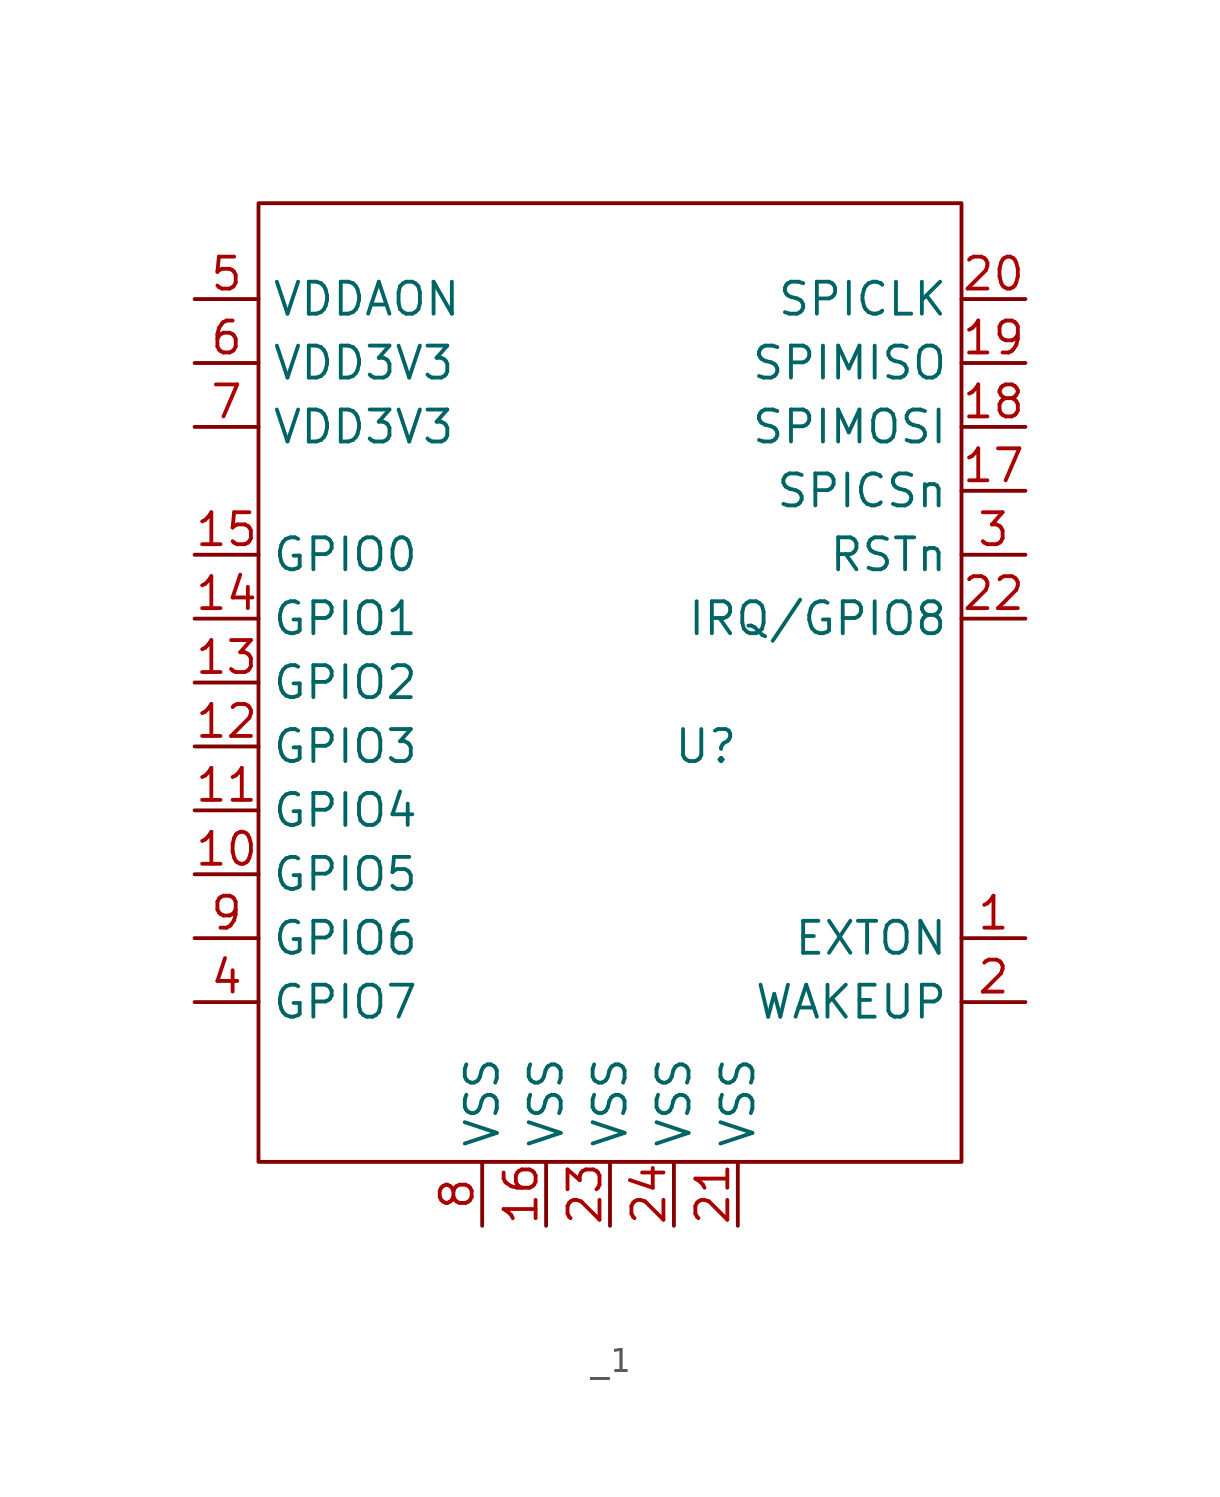
<source format=kicad_sym>
(kicad_symbol_lib
  (version 20241209)
  (generator "kicad_symbol_editor")
  (generator_version "9.0")
  (symbol "_1"
    (property "Reference" "U"
      (at 0 0 0)
      (effects (font (size 1.27 1.27))))
    (property "Value" ""
      (at 0 0 0)
      (effects (font (size 1.27 1.27))))
    (symbol "_1_0_1"
      (rectangle (start -17.78 21.59) (end 10.16 -16.51) (stroke (width 0) (type default)) (fill (type none))))
    (symbol "_1_1_1"
      (pin bidirectional line (at -20.32 17.78 0) (length 2.54) (name "VDDAON" (effects (font (size 1.27 1.27)))) (number "5" (effects (font (size 1.27 1.27)))))
      (pin bidirectional line (at -20.32 15.24 0) (length 2.54) (name "VDD3V3" (effects (font (size 1.27 1.27)))) (number "6" (effects (font (size 1.27 1.27)))))
      (pin bidirectional line (at -20.32 12.7 0) (length 2.54) (name "VDD3V3" (effects (font (size 1.27 1.27)))) (number "7" (effects (font (size 1.27 1.27)))))
      (pin bidirectional line (at -20.32 7.62 0) (length 2.54) (name "GPIO0" (effects (font (size 1.27 1.27)))) (number "15" (effects (font (size 1.27 1.27)))))
      (pin bidirectional line (at -20.32 5.08 0) (length 2.54) (name "GPIO1" (effects (font (size 1.27 1.27)))) (number "14" (effects (font (size 1.27 1.27)))))
      (pin bidirectional line (at -20.32 2.54 0) (length 2.54) (name "GPIO2" (effects (font (size 1.27 1.27)))) (number "13" (effects (font (size 1.27 1.27)))))
      (pin bidirectional line (at -20.32 0 0) (length 2.54) (name "GPIO3" (effects (font (size 1.27 1.27)))) (number "12" (effects (font (size 1.27 1.27)))))
      (pin bidirectional line (at -20.32 -2.54 0) (length 2.54) (name "GPIO4" (effects (font (size 1.27 1.27)))) (number "11" (effects (font (size 1.27 1.27)))))
      (pin bidirectional line (at -20.32 -5.08 0) (length 2.54) (name "GPIO5" (effects (font (size 1.27 1.27)))) (number "10" (effects (font (size 1.27 1.27)))))
      (pin bidirectional line (at -20.32 -7.62 0) (length 2.54) (name "GPIO6" (effects (font (size 1.27 1.27)))) (number "9" (effects (font (size 1.27 1.27)))))
      (pin bidirectional line (at -20.32 -10.16 0) (length 2.54) (name "GPIO7" (effects (font (size 1.27 1.27)))) (number "4" (effects (font (size 1.27 1.27)))))
      (pin bidirectional line (at -8.89 -19.05 90) (length 2.54) (name "VSS" (effects (font (size 1.27 1.27)))) (number "8" (effects (font (size 1.27 1.27)))))
      (pin bidirectional line (at -6.35 -19.05 90) (length 2.54) (name "VSS" (effects (font (size 1.27 1.27)))) (number "16" (effects (font (size 1.27 1.27)))))
      (pin bidirectional line (at -3.81 -19.05 90) (length 2.54) (name "VSS" (effects (font (size 1.27 1.27)))) (number "23" (effects (font (size 1.27 1.27)))))
      (pin bidirectional line (at -1.27 -19.05 90) (length 2.54) (name "VSS" (effects (font (size 1.27 1.27)))) (number "24" (effects (font (size 1.27 1.27)))))
      (pin bidirectional line (at 1.27 -19.05 90) (length 2.54) (name "VSS" (effects (font (size 1.27 1.27)))) (number "21" (effects (font (size 1.27 1.27)))))
      (pin bidirectional line (at 12.7 17.78 180) (length 2.54) (name "SPICLK" (effects (font (size 1.27 1.27)))) (number "20" (effects (font (size 1.27 1.27)))))
      (pin bidirectional line (at 12.7 15.24 180) (length 2.54) (name "SPIMISO" (effects (font (size 1.27 1.27)))) (number "19" (effects (font (size 1.27 1.27)))))
      (pin bidirectional line (at 12.7 12.7 180) (length 2.54) (name "SPIMOSI" (effects (font (size 1.27 1.27)))) (number "18" (effects (font (size 1.27 1.27)))))
      (pin bidirectional line (at 12.7 10.16 180) (length 2.54) (name "SPICSn" (effects (font (size 1.27 1.27)))) (number "17" (effects (font (size 1.27 1.27)))))
      (pin bidirectional line (at 12.7 7.62 180) (length 2.54) (name "RSTn" (effects (font (size 1.27 1.27)))) (number "3" (effects (font (size 1.27 1.27)))))
      (pin bidirectional line (at 12.7 5.08 180) (length 2.54) (name "IRQ/GPIO8" (effects (font (size 1.27 1.27)))) (number "22" (effects (font (size 1.27 1.27)))))
      (pin bidirectional line (at 12.7 -7.62 180) (length 2.54) (name "EXTON" (effects (font (size 1.27 1.27)))) (number "1" (effects (font (size 1.27 1.27)))))
      (pin bidirectional line (at 12.7 -10.16 180) (length 2.54) (name "WAKEUP" (effects (font (size 1.27 1.27)))) (number "2" (effects (font (size 1.27 1.27))))))))
</source>
